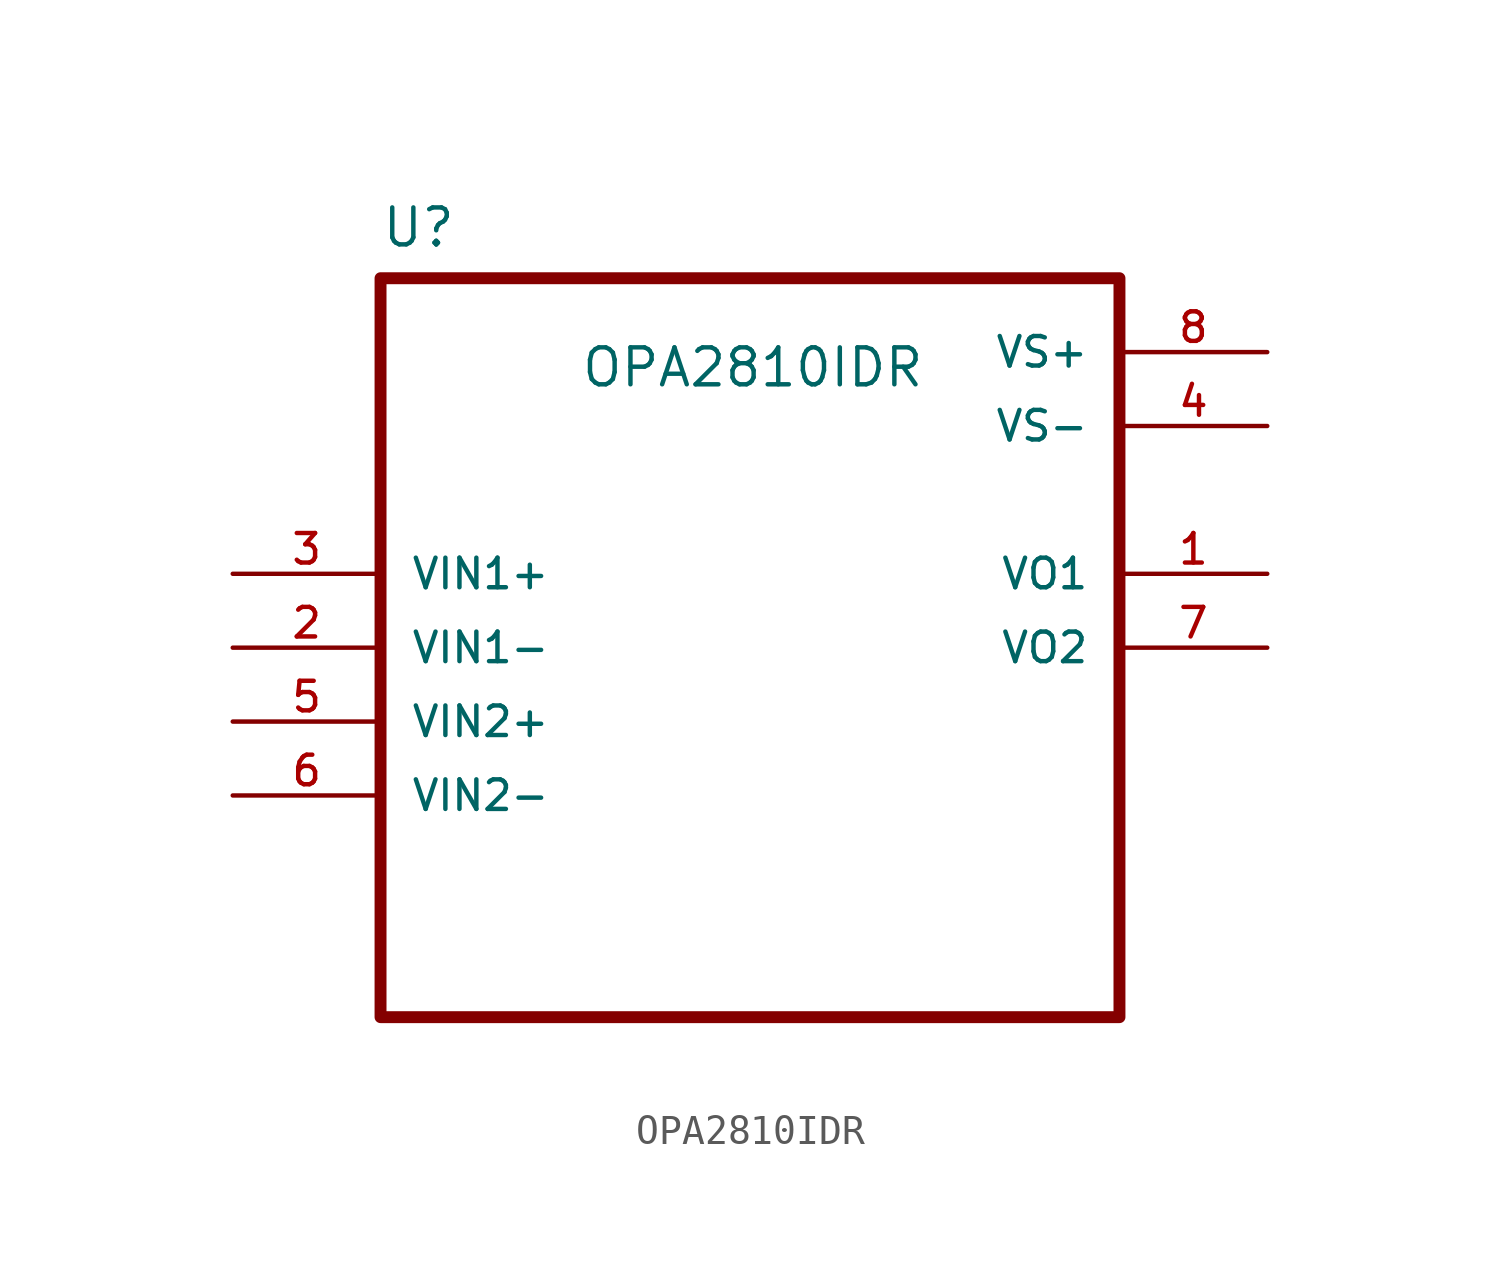
<source format=kicad_sym>
(kicad_symbol_lib
  (version 20241209)
  (generator "kicad_symbol_editor")
  (generator_version "9.0")
  (symbol "OPA2810IDR"
    (pin_names
      (offset 1.016))
    (property "Reference" "U"
      (at -12.7 13.7 0)
      (effects (font (size 1.27 1.27)) (justify left bottom)))
    (property "Value" "OPA2810IDR"
      (at -5.842 8.89 0)
      (effects (font (size 1.27 1.27)) (justify left bottom)))
    (symbol "OPA2810IDR_0_0"
      (rectangle (start -12.7 12.7) (end 12.7 -12.7) (stroke (width 0.41) (type default)) (fill (type none)))
      (pin input line (at -17.78 2.54 0) (length 5.08) (name "VIN1+" (effects (font (size 1.016 1.016)))) (number "3" (effects (font (size 1.016 1.016)))))
      (pin input line (at -17.78 0 0) (length 5.08) (name "VIN1-" (effects (font (size 1.016 1.016)))) (number "2" (effects (font (size 1.016 1.016)))))
      (pin input line (at -17.78 -2.54 0) (length 5.08) (name "VIN2+" (effects (font (size 1.016 1.016)))) (number "5" (effects (font (size 1.016 1.016)))))
      (pin input line (at -17.78 -5.08 0) (length 5.08) (name "VIN2-" (effects (font (size 1.016 1.016)))) (number "6" (effects (font (size 1.016 1.016)))))
      (pin power_in line (at 17.78 10.16 180) (length 5.08) (name "VS+" (effects (font (size 1.016 1.016)))) (number "8" (effects (font (size 1.016 1.016)))))
      (pin power_in line (at 17.78 7.62 180) (length 5.08) (name "VS-" (effects (font (size 1.016 1.016)))) (number "4" (effects (font (size 1.016 1.016)))))
      (pin output line (at 17.78 2.54 180) (length 5.08) (name "VO1" (effects (font (size 1.016 1.016)))) (number "1" (effects (font (size 1.016 1.016)))))
      (pin output line (at 17.78 0 180) (length 5.08) (name "VO2" (effects (font (size 1.016 1.016)))) (number "7" (effects (font (size 1.016 1.016))))))))
</source>
